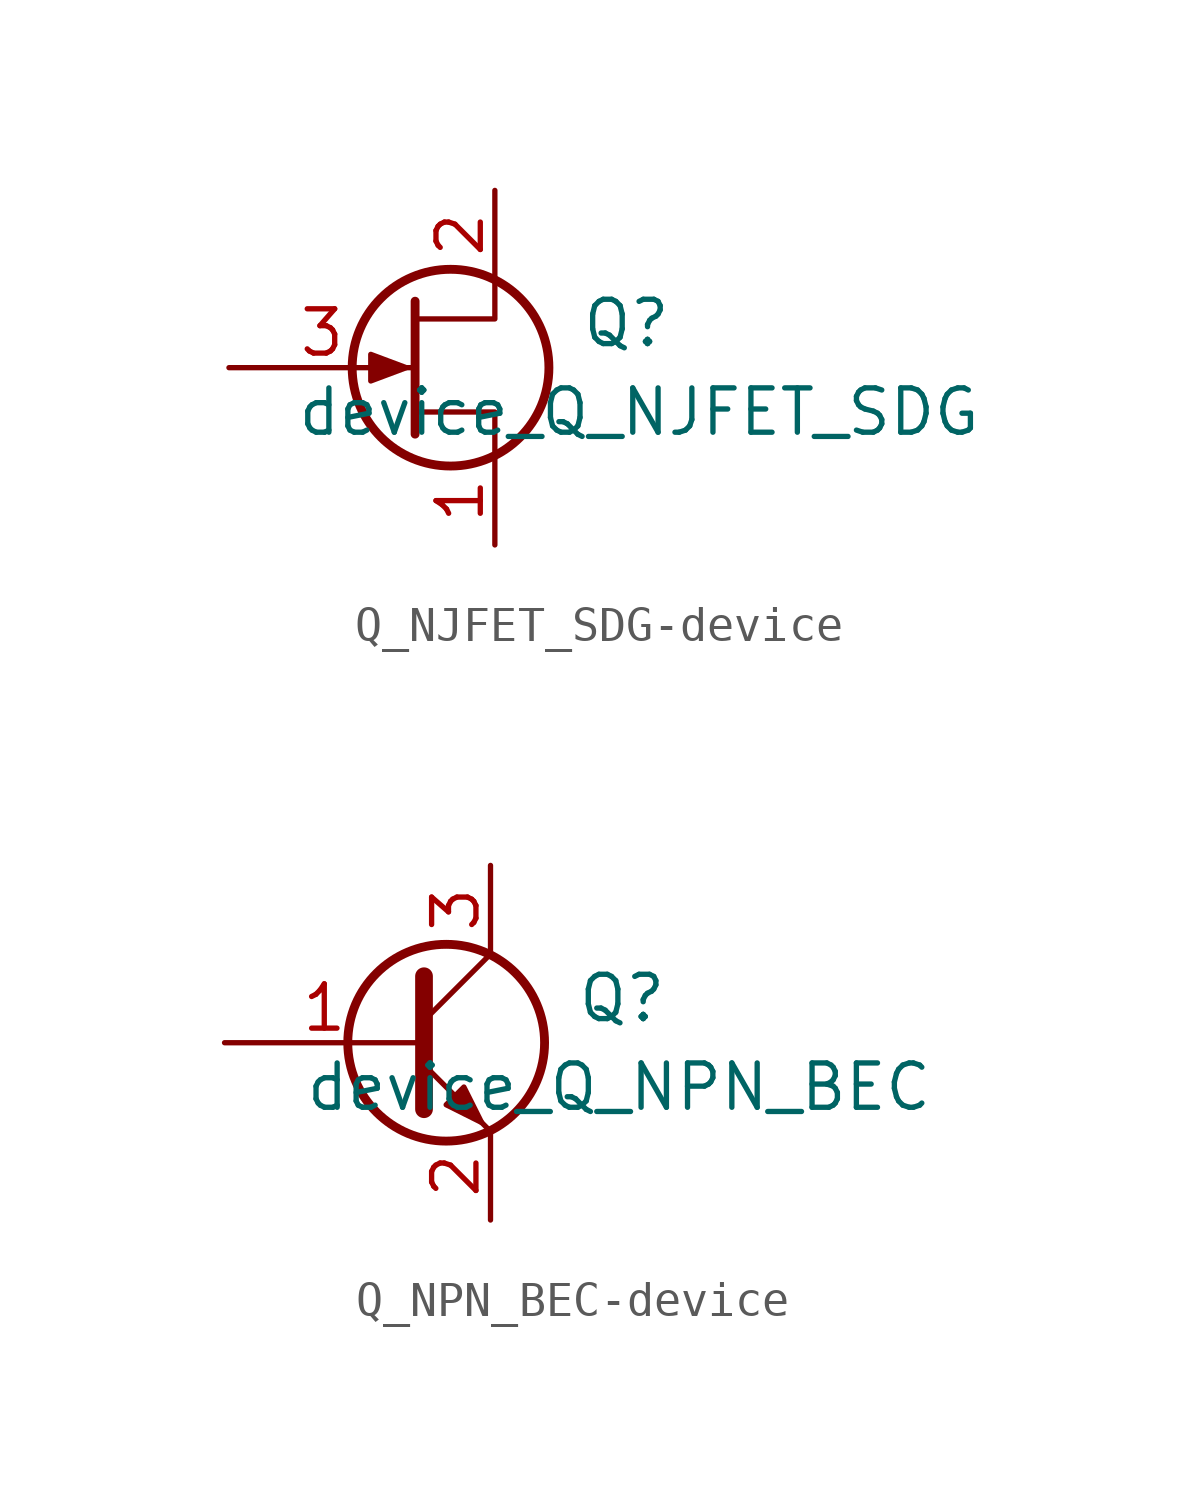
<source format=kicad_sym>
(kicad_symbol_lib
  (version 20220914)
  (generator kicad_symbol_editor)
  (symbol "Q_NJFET_SDG-device"
    (pin_names
      (offset 0) hide)
    (property "Reference" "Q"
      (at 7.62 1.27 0)
      (effects (font (size 1.27 1.27)) (justify right)))
    (property "Value" "device_Q_NJFET_SDG"
      (at 16.51 -1.27 0)
      (effects (font (size 1.27 1.27)) (justify right)))
    (property "Footprint" ""
      (at 5.08 2.54 0)
      (effects (font (size 1.27 1.27))))
    (property "Datasheet" ""
      (at 0 0 0)
      (effects (font (size 1.27 1.27))))
    (symbol "Q_NJFET_SDG-device_0_1"
      (polyline (pts (xy 0.254 1.905) (xy 0.254 -1.905) (xy 0.254 -1.905)) (stroke (width 0.254) (type solid)) (fill (type none)))
      (polyline (pts (xy 2.54 -2.54) (xy 2.54 -1.27) (xy 0.254 -1.27)) (stroke (width 0) (type solid)) (fill (type none)))
      (polyline (pts (xy 2.54 2.54) (xy 2.54 1.397) (xy 0.254 1.397)) (stroke (width 0) (type solid)) (fill (type none)))
      (polyline (pts (xy 0 0) (xy -1.016 0.381) (xy -1.016 -0.381) (xy 0 0)) (stroke (width 0) (type solid)) (fill (type outline)))
      (circle (center 1.27 0) (radius 2.819) (stroke (width 0.254) (type solid)) (fill (type none))))
    (symbol "Q_NJFET_SDG-device_1_1"
      (pin passive line (at 2.54 -5.08 90) (length 2.54) (name "S" (effects (font (size 1.27 1.27)))) (number "1" (effects (font (size 1.27 1.27)))))
      (pin passive line (at 2.54 5.08 270) (length 2.54) (name "D" (effects (font (size 1.27 1.27)))) (number "2" (effects (font (size 1.27 1.27)))))
      (pin input line (at -5.08 0 0) (length 5.334) (name "G" (effects (font (size 1.27 1.27)))) (number "3" (effects (font (size 1.27 1.27)))))))
  (symbol "Q_NPN_BEC-device"
    (pin_names
      (offset 0) hide)
    (property "Reference" "Q"
      (at 7.62 1.27 0)
      (effects (font (size 1.27 1.27)) (justify right)))
    (property "Value" "device_Q_NPN_BEC"
      (at 15.24 -1.27 0)
      (effects (font (size 1.27 1.27)) (justify right)))
    (property "Footprint" ""
      (at 5.08 2.54 0)
      (effects (font (size 1.27 1.27))))
    (property "Datasheet" ""
      (at 0 0 0)
      (effects (font (size 1.27 1.27))))
    (symbol "Q_NPN_BEC-device_0_1"
      (polyline (pts (xy 0.635 0.635) (xy 2.54 2.54)) (stroke (width 0) (type solid)) (fill (type none)))
      (polyline (pts (xy 0.635 -0.635) (xy 2.54 -2.54) (xy 2.54 -2.54)) (stroke (width 0) (type solid)) (fill (type none)))
      (polyline (pts (xy 0.635 1.905) (xy 0.635 -1.905) (xy 0.635 -1.905)) (stroke (width 0.508) (type solid)) (fill (type none)))
      (polyline (pts (xy 1.27 -1.778) (xy 1.778 -1.27) (xy 2.286 -2.286) (xy 1.27 -1.778) (xy 1.27 -1.778)) (stroke (width 0) (type solid)) (fill (type outline)))
      (circle (center 1.27 0) (radius 2.819) (stroke (width 0.254) (type solid)) (fill (type none))))
    (symbol "Q_NPN_BEC-device_1_1"
      (pin input line (at -5.08 0 0) (length 5.715) (name "B" (effects (font (size 1.27 1.27)))) (number "1" (effects (font (size 1.27 1.27)))))
      (pin passive line (at 2.54 -5.08 90) (length 2.54) (name "E" (effects (font (size 1.27 1.27)))) (number "2" (effects (font (size 1.27 1.27)))))
      (pin passive line (at 2.54 5.08 270) (length 2.54) (name "C" (effects (font (size 1.27 1.27)))) (number "3" (effects (font (size 1.27 1.27))))))))
</source>
